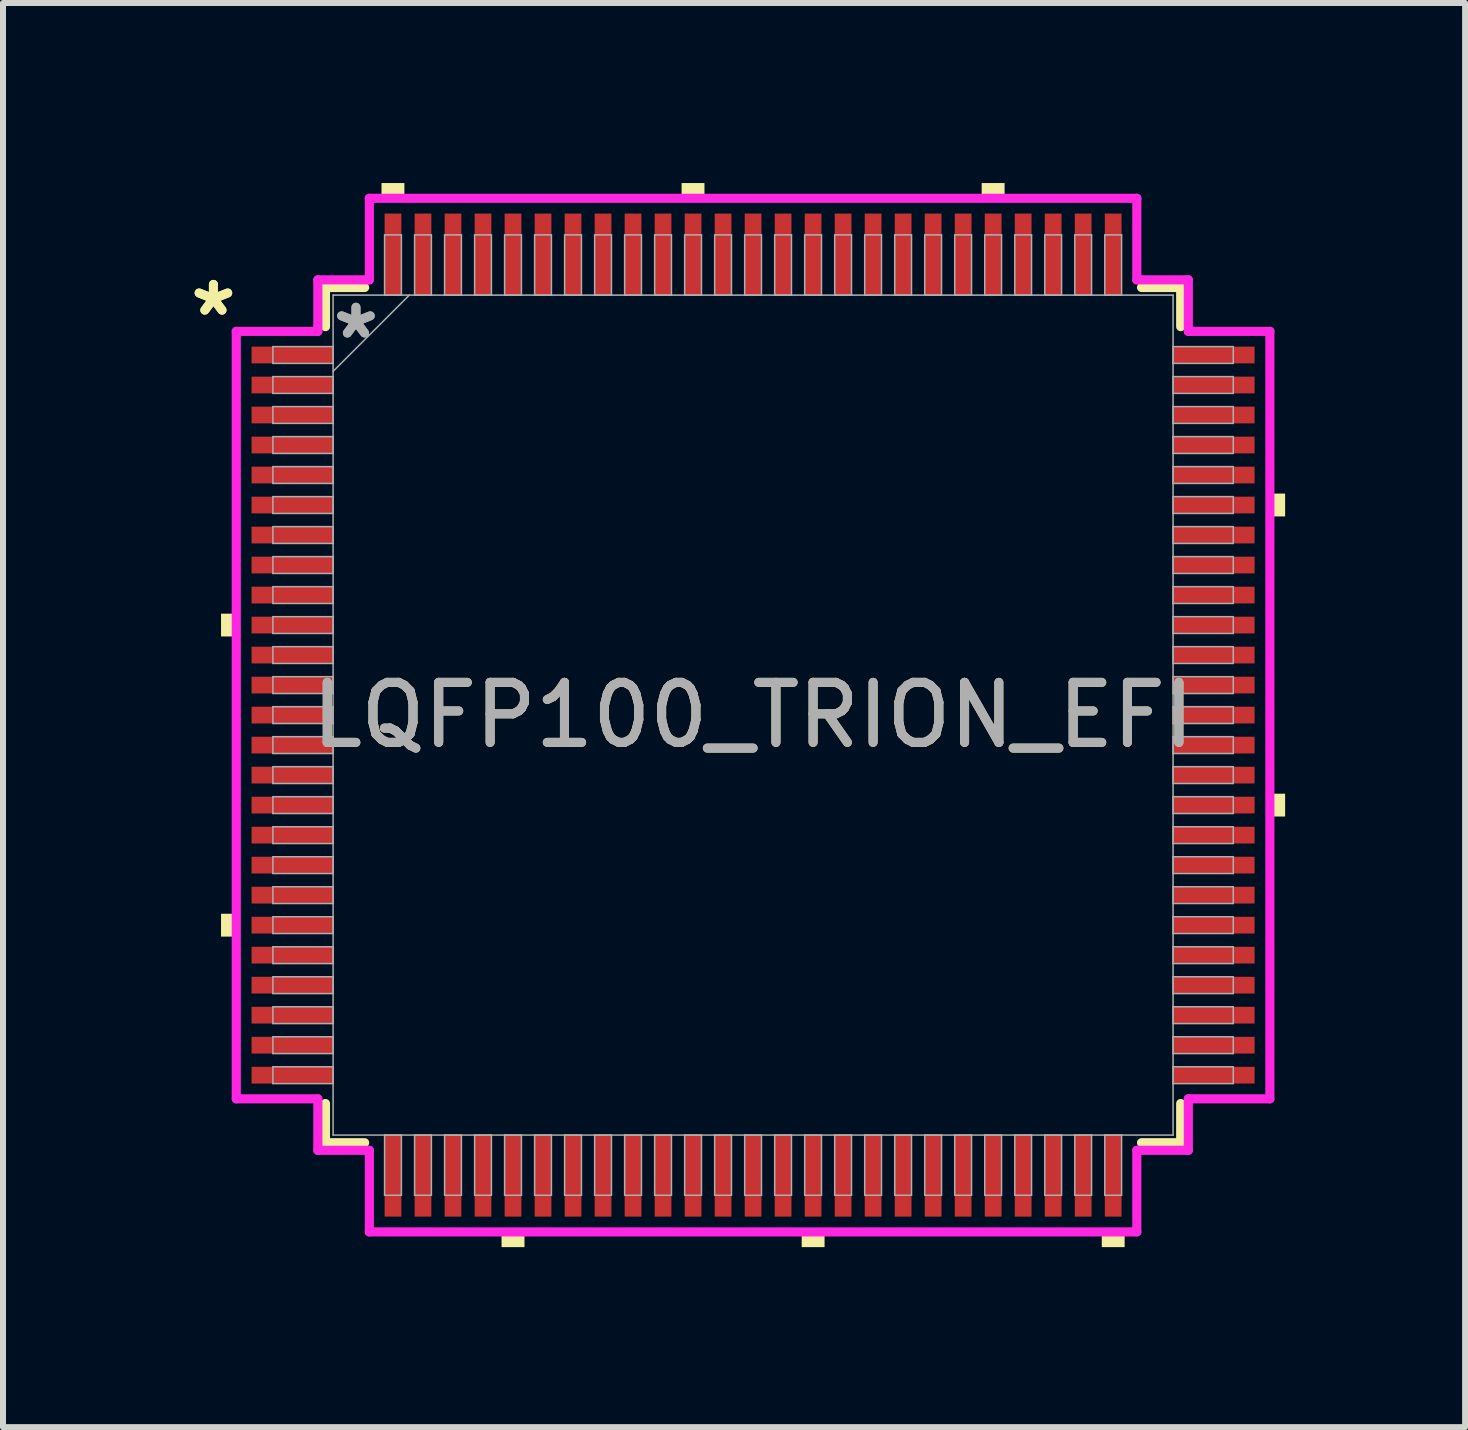
<source format=kicad_pcb>
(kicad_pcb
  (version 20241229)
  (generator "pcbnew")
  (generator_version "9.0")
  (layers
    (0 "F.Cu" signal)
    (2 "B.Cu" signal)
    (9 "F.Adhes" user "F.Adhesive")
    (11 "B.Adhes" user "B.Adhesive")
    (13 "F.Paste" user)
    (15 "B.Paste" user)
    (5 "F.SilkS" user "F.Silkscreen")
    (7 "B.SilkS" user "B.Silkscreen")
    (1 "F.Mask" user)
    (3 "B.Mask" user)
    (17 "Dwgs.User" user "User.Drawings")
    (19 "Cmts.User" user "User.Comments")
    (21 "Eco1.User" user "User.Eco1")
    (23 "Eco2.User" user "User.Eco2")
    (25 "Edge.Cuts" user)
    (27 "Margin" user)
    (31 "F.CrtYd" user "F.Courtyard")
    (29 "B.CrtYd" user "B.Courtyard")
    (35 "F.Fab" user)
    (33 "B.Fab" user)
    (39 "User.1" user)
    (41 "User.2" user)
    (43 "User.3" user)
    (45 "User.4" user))
  (footprint "LQFP100_TRION_EFI"
    (layer "F.Cu")
    (at 9.498 8.865)
    (property "Reference" "LQFP100_TRION_EFI" (at 0 0 0) (unlocked yes) (layer "F.SilkS") (effects (font (size 1 1) (thickness 0.15))))
    (attr smd)
    (fp_line (start -7.125 -7.125) (end -7.125 -6.472) (stroke (width 0.152) (type solid)) (layer "F.SilkS"))
    (fp_line (start -7.125 6.472) (end -7.125 7.125) (stroke (width 0.152) (type solid)) (layer "F.SilkS"))
    (fp_line (start -7.125 7.125) (end -6.472 7.125) (stroke (width 0.152) (type solid)) (layer "F.SilkS"))
    (fp_line (start -6.472 -7.125) (end -7.125 -7.125) (stroke (width 0.152) (type solid)) (layer "F.SilkS"))
    (fp_line (start 6.472 7.125) (end 7.125 7.125) (stroke (width 0.152) (type solid)) (layer "F.SilkS"))
    (fp_line (start 7.125 -7.125) (end 6.472 -7.125) (stroke (width 0.152) (type solid)) (layer "F.SilkS"))
    (fp_line (start 7.125 -6.472) (end 7.125 -7.125) (stroke (width 0.152) (type solid)) (layer "F.SilkS"))
    (fp_line (start 7.125 7.125) (end 7.125 6.472) (stroke (width 0.152) (type solid)) (layer "F.SilkS"))
    (fp_poly (pts (xy -8.865 -1.69) (xy -8.865 -1.31) (xy -8.611 -1.31) (xy -8.611 -1.69)) (stroke (width 0) (type solid)) (fill yes) (layer "F.SilkS"))
    (fp_poly (pts (xy -8.865 3.31) (xy -8.865 3.691) (xy -8.611 3.691) (xy -8.611 3.31)) (stroke (width 0) (type solid)) (fill yes) (layer "F.SilkS"))
    (fp_poly (pts (xy -6.191 -8.611) (xy -6.191 -8.865) (xy -5.81 -8.865) (xy -5.81 -8.611)) (stroke (width 0) (type solid)) (fill yes) (layer "F.SilkS"))
    (fp_poly (pts (xy -4.191 8.611) (xy -4.191 8.865) (xy -3.809 8.865) (xy -3.809 8.611)) (stroke (width 0) (type solid)) (fill yes) (layer "F.SilkS"))
    (fp_poly (pts (xy -1.191 -8.611) (xy -1.191 -8.865) (xy -0.81 -8.865) (xy -0.81 -8.611)) (stroke (width 0) (type solid)) (fill yes) (layer "F.SilkS"))
    (fp_poly (pts (xy 0.81 8.611) (xy 0.81 8.865) (xy 1.191 8.865) (xy 1.191 8.611)) (stroke (width 0) (type solid)) (fill yes) (layer "F.SilkS"))
    (fp_poly (pts (xy 3.809 -8.611) (xy 3.809 -8.865) (xy 4.191 -8.865) (xy 4.191 -8.611)) (stroke (width 0) (type solid)) (fill yes) (layer "F.SilkS"))
    (fp_poly (pts (xy 5.81 8.611) (xy 5.81 8.865) (xy 6.191 8.865) (xy 6.191 8.611)) (stroke (width 0) (type solid)) (fill yes) (layer "F.SilkS"))
    (fp_poly (pts (xy 8.865 -3.691) (xy 8.865 -3.31) (xy 8.611 -3.31) (xy 8.611 -3.691)) (stroke (width 0) (type solid)) (fill yes) (layer "F.SilkS"))
    (fp_poly (pts (xy 8.865 1.31) (xy 8.865 1.69) (xy 8.611 1.69) (xy 8.611 1.31)) (stroke (width 0) (type solid)) (fill yes) (layer "F.SilkS"))
    (fp_line (start -8.611 -6.394) (end -7.252 -6.394) (stroke (width 0.152) (type solid)) (layer "F.CrtYd"))
    (fp_line (start -8.611 6.394) (end -8.611 -6.394) (stroke (width 0.152) (type solid)) (layer "F.CrtYd"))
    (fp_line (start -7.252 -7.252) (end -6.394 -7.252) (stroke (width 0.152) (type solid)) (layer "F.CrtYd"))
    (fp_line (start -7.252 -6.394) (end -7.252 -7.252) (stroke (width 0.152) (type solid)) (layer "F.CrtYd"))
    (fp_line (start -7.252 6.394) (end -8.611 6.394) (stroke (width 0.152) (type solid)) (layer "F.CrtYd"))
    (fp_line (start -7.252 7.252) (end -7.252 6.394) (stroke (width 0.152) (type solid)) (layer "F.CrtYd"))
    (fp_line (start -7.252 7.252) (end -6.394 7.252) (stroke (width 0.152) (type solid)) (layer "F.CrtYd"))
    (fp_line (start -6.394 -8.611) (end 6.394 -8.611) (stroke (width 0.152) (type solid)) (layer "F.CrtYd"))
    (fp_line (start -6.394 -7.252) (end -6.394 -8.611) (stroke (width 0.152) (type solid)) (layer "F.CrtYd"))
    (fp_line (start -6.394 7.252) (end -6.394 8.611) (stroke (width 0.152) (type solid)) (layer "F.CrtYd"))
    (fp_line (start -6.394 8.611) (end 6.394 8.611) (stroke (width 0.152) (type solid)) (layer "F.CrtYd"))
    (fp_line (start 6.394 -8.611) (end 6.394 -7.252) (stroke (width 0.152) (type solid)) (layer "F.CrtYd"))
    (fp_line (start 6.394 -7.252) (end 7.252 -7.252) (stroke (width 0.152) (type solid)) (layer "F.CrtYd"))
    (fp_line (start 6.394 7.252) (end 7.252 7.252) (stroke (width 0.152) (type solid)) (layer "F.CrtYd"))
    (fp_line (start 6.394 8.611) (end 6.394 7.252) (stroke (width 0.152) (type solid)) (layer "F.CrtYd"))
    (fp_line (start 7.252 -6.394) (end 7.252 -7.252) (stroke (width 0.152) (type solid)) (layer "F.CrtYd"))
    (fp_line (start 7.252 6.394) (end 8.611 6.394) (stroke (width 0.152) (type solid)) (layer "F.CrtYd"))
    (fp_line (start 7.252 7.252) (end 7.252 6.394) (stroke (width 0.152) (type solid)) (layer "F.CrtYd"))
    (fp_line (start 8.611 -6.394) (end 7.252 -6.394) (stroke (width 0.152) (type solid)) (layer "F.CrtYd"))
    (fp_line (start 8.611 6.394) (end 8.611 -6.394) (stroke (width 0.152) (type solid)) (layer "F.CrtYd"))
    (fp_line (start -8.001 -6.14) (end -8.001 -5.86) (stroke (width 0.025) (type solid)) (layer "F.Fab"))
    (fp_line (start -8.001 -5.86) (end -6.998 -5.86) (stroke (width 0.025) (type solid)) (layer "F.Fab"))
    (fp_line (start -8.001 -5.64) (end -8.001 -5.36) (stroke (width 0.025) (type solid)) (layer "F.Fab"))
    (fp_line (start -8.001 -5.36) (end -6.998 -5.36) (stroke (width 0.025) (type solid)) (layer "F.Fab"))
    (fp_line (start -8.001 -5.14) (end -8.001 -4.86) (stroke (width 0.025) (type solid)) (layer "F.Fab"))
    (fp_line (start -8.001 -4.86) (end -6.998 -4.86) (stroke (width 0.025) (type solid)) (layer "F.Fab"))
    (fp_line (start -8.001 -4.64) (end -8.001 -4.36) (stroke (width 0.025) (type solid)) (layer "F.Fab"))
    (fp_line (start -8.001 -4.36) (end -6.998 -4.36) (stroke (width 0.025) (type solid)) (layer "F.Fab"))
    (fp_line (start -8.001 -4.14) (end -8.001 -3.86) (stroke (width 0.025) (type solid)) (layer "F.Fab"))
    (fp_line (start -8.001 -3.86) (end -6.998 -3.86) (stroke (width 0.025) (type solid)) (layer "F.Fab"))
    (fp_line (start -8.001 -3.64) (end -8.001 -3.36) (stroke (width 0.025) (type solid)) (layer "F.Fab"))
    (fp_line (start -8.001 -3.36) (end -6.998 -3.36) (stroke (width 0.025) (type solid)) (layer "F.Fab"))
    (fp_line (start -8.001 -3.14) (end -8.001 -2.86) (stroke (width 0.025) (type solid)) (layer "F.Fab"))
    (fp_line (start -8.001 -2.86) (end -6.998 -2.86) (stroke (width 0.025) (type solid)) (layer "F.Fab"))
    (fp_line (start -8.001 -2.64) (end -8.001 -2.36) (stroke (width 0.025) (type solid)) (layer "F.Fab"))
    (fp_line (start -8.001 -2.36) (end -6.998 -2.36) (stroke (width 0.025) (type solid)) (layer "F.Fab"))
    (fp_line (start -8.001 -2.14) (end -8.001 -1.86) (stroke (width 0.025) (type solid)) (layer "F.Fab"))
    (fp_line (start -8.001 -1.86) (end -6.998 -1.86) (stroke (width 0.025) (type solid)) (layer "F.Fab"))
    (fp_line (start -8.001 -1.64) (end -8.001 -1.36) (stroke (width 0.025) (type solid)) (layer "F.Fab"))
    (fp_line (start -8.001 -1.36) (end -6.998 -1.36) (stroke (width 0.025) (type solid)) (layer "F.Fab"))
    (fp_line (start -8.001 -1.14) (end -8.001 -0.86) (stroke (width 0.025) (type solid)) (layer "F.Fab"))
    (fp_line (start -8.001 -0.86) (end -6.998 -0.86) (stroke (width 0.025) (type solid)) (layer "F.Fab"))
    (fp_line (start -8.001 -0.64) (end -8.001 -0.36) (stroke (width 0.025) (type solid)) (layer "F.Fab"))
    (fp_line (start -8.001 -0.36) (end -6.998 -0.36) (stroke (width 0.025) (type solid)) (layer "F.Fab"))
    (fp_line (start -8.001 -0.14) (end -8.001 0.14) (stroke (width 0.025) (type solid)) (layer "F.Fab"))
    (fp_line (start -8.001 0.14) (end -6.998 0.14) (stroke (width 0.025) (type solid)) (layer "F.Fab"))
    (fp_line (start -8.001 0.36) (end -8.001 0.64) (stroke (width 0.025) (type solid)) (layer "F.Fab"))
    (fp_line (start -8.001 0.64) (end -6.998 0.64) (stroke (width 0.025) (type solid)) (layer "F.Fab"))
    (fp_line (start -8.001 0.86) (end -8.001 1.14) (stroke (width 0.025) (type solid)) (layer "F.Fab"))
    (fp_line (start -8.001 1.14) (end -6.998 1.14) (stroke (width 0.025) (type solid)) (layer "F.Fab"))
    (fp_line (start -8.001 1.36) (end -8.001 1.64) (stroke (width 0.025) (type solid)) (layer "F.Fab"))
    (fp_line (start -8.001 1.64) (end -6.998 1.64) (stroke (width 0.025) (type solid)) (layer "F.Fab"))
    (fp_line (start -8.001 1.86) (end -8.001 2.14) (stroke (width 0.025) (type solid)) (layer "F.Fab"))
    (fp_line (start -8.001 2.14) (end -6.998 2.14) (stroke (width 0.025) (type solid)) (layer "F.Fab"))
    (fp_line (start -8.001 2.36) (end -8.001 2.64) (stroke (width 0.025) (type solid)) (layer "F.Fab"))
    (fp_line (start -8.001 2.64) (end -6.998 2.64) (stroke (width 0.025) (type solid)) (layer "F.Fab"))
    (fp_line (start -8.001 2.86) (end -8.001 3.14) (stroke (width 0.025) (type solid)) (layer "F.Fab"))
    (fp_line (start -8.001 3.14) (end -6.998 3.14) (stroke (width 0.025) (type solid)) (layer "F.Fab"))
    (fp_line (start -8.001 3.36) (end -8.001 3.64) (stroke (width 0.025) (type solid)) (layer "F.Fab"))
    (fp_line (start -8.001 3.64) (end -6.998 3.64) (stroke (width 0.025) (type solid)) (layer "F.Fab"))
    (fp_line (start -8.001 3.86) (end -8.001 4.14) (stroke (width 0.025) (type solid)) (layer "F.Fab"))
    (fp_line (start -8.001 4.14) (end -6.998 4.14) (stroke (width 0.025) (type solid)) (layer "F.Fab"))
    (fp_line (start -8.001 4.36) (end -8.001 4.64) (stroke (width 0.025) (type solid)) (layer "F.Fab"))
    (fp_line (start -8.001 4.64) (end -6.998 4.64) (stroke (width 0.025) (type solid)) (layer "F.Fab"))
    (fp_line (start -8.001 4.86) (end -8.001 5.14) (stroke (width 0.025) (type solid)) (layer "F.Fab"))
    (fp_line (start -8.001 5.14) (end -6.998 5.14) (stroke (width 0.025) (type solid)) (layer "F.Fab"))
    (fp_line (start -8.001 5.36) (end -8.001 5.64) (stroke (width 0.025) (type solid)) (layer "F.Fab"))
    (fp_line (start -8.001 5.64) (end -6.998 5.64) (stroke (width 0.025) (type solid)) (layer "F.Fab"))
    (fp_line (start -8.001 5.86) (end -8.001 6.14) (stroke (width 0.025) (type solid)) (layer "F.Fab"))
    (fp_line (start -8.001 6.14) (end -6.998 6.14) (stroke (width 0.025) (type solid)) (layer "F.Fab"))
    (fp_line (start -6.998 -6.998) (end -6.998 6.998) (stroke (width 0.025) (type solid)) (layer "F.Fab"))
    (fp_line (start -6.998 -6.14) (end -8.001 -6.14) (stroke (width 0.025) (type solid)) (layer "F.Fab"))
    (fp_line (start -6.998 -5.86) (end -6.998 -6.14) (stroke (width 0.025) (type solid)) (layer "F.Fab"))
    (fp_line (start -6.998 -5.728) (end -5.728 -6.998) (stroke (width 0.025) (type solid)) (layer "F.Fab"))
    (fp_line (start -6.998 -5.64) (end -8.001 -5.64) (stroke (width 0.025) (type solid)) (layer "F.Fab"))
    (fp_line (start -6.998 -5.36) (end -6.998 -5.64) (stroke (width 0.025) (type solid)) (layer "F.Fab"))
    (fp_line (start -6.998 -5.14) (end -8.001 -5.14) (stroke (width 0.025) (type solid)) (layer "F.Fab"))
    (fp_line (start -6.998 -4.86) (end -6.998 -5.14) (stroke (width 0.025) (type solid)) (layer "F.Fab"))
    (fp_line (start -6.998 -4.64) (end -8.001 -4.64) (stroke (width 0.025) (type solid)) (layer "F.Fab"))
    (fp_line (start -6.998 -4.36) (end -6.998 -4.64) (stroke (width 0.025) (type solid)) (layer "F.Fab"))
    (fp_line (start -6.998 -4.14) (end -8.001 -4.14) (stroke (width 0.025) (type solid)) (layer "F.Fab"))
    (fp_line (start -6.998 -3.86) (end -6.998 -4.14) (stroke (width 0.025) (type solid)) (layer "F.Fab"))
    (fp_line (start -6.998 -3.64) (end -8.001 -3.64) (stroke (width 0.025) (type solid)) (layer "F.Fab"))
    (fp_line (start -6.998 -3.36) (end -6.998 -3.64) (stroke (width 0.025) (type solid)) (layer "F.Fab"))
    (fp_line (start -6.998 -3.14) (end -8.001 -3.14) (stroke (width 0.025) (type solid)) (layer "F.Fab"))
    (fp_line (start -6.998 -2.86) (end -6.998 -3.14) (stroke (width 0.025) (type solid)) (layer "F.Fab"))
    (fp_line (start -6.998 -2.64) (end -8.001 -2.64) (stroke (width 0.025) (type solid)) (layer "F.Fab"))
    (fp_line (start -6.998 -2.36) (end -6.998 -2.64) (stroke (width 0.025) (type solid)) (layer "F.Fab"))
    (fp_line (start -6.998 -2.14) (end -8.001 -2.14) (stroke (width 0.025) (type solid)) (layer "F.Fab"))
    (fp_line (start -6.998 -1.86) (end -6.998 -2.14) (stroke (width 0.025) (type solid)) (layer "F.Fab"))
    (fp_line (start -6.998 -1.64) (end -8.001 -1.64) (stroke (width 0.025) (type solid)) (layer "F.Fab"))
    (fp_line (start -6.998 -1.36) (end -6.998 -1.64) (stroke (width 0.025) (type solid)) (layer "F.Fab"))
    (fp_line (start -6.998 -1.14) (end -8.001 -1.14) (stroke (width 0.025) (type solid)) (layer "F.Fab"))
    (fp_line (start -6.998 -0.86) (end -6.998 -1.14) (stroke (width 0.025) (type solid)) (layer "F.Fab"))
    (fp_line (start -6.998 -0.64) (end -8.001 -0.64) (stroke (width 0.025) (type solid)) (layer "F.Fab"))
    (fp_line (start -6.998 -0.36) (end -6.998 -0.64) (stroke (width 0.025) (type solid)) (layer "F.Fab"))
    (fp_line (start -6.998 -0.14) (end -8.001 -0.14) (stroke (width 0.025) (type solid)) (layer "F.Fab"))
    (fp_line (start -6.998 0.14) (end -6.998 -0.14) (stroke (width 0.025) (type solid)) (layer "F.Fab"))
    (fp_line (start -6.998 0.36) (end -8.001 0.36) (stroke (width 0.025) (type solid)) (layer "F.Fab"))
    (fp_line (start -6.998 0.64) (end -6.998 0.36) (stroke (width 0.025) (type solid)) (layer "F.Fab"))
    (fp_line (start -6.998 0.86) (end -8.001 0.86) (stroke (width 0.025) (type solid)) (layer "F.Fab"))
    (fp_line (start -6.998 1.14) (end -6.998 0.86) (stroke (width 0.025) (type solid)) (layer "F.Fab"))
    (fp_line (start -6.998 1.36) (end -8.001 1.36) (stroke (width 0.025) (type solid)) (layer "F.Fab"))
    (fp_line (start -6.998 1.64) (end -6.998 1.36) (stroke (width 0.025) (type solid)) (layer "F.Fab"))
    (fp_line (start -6.998 1.86) (end -8.001 1.86) (stroke (width 0.025) (type solid)) (layer "F.Fab"))
    (fp_line (start -6.998 2.14) (end -6.998 1.86) (stroke (width 0.025) (type solid)) (layer "F.Fab"))
    (fp_line (start -6.998 2.36) (end -8.001 2.36) (stroke (width 0.025) (type solid)) (layer "F.Fab"))
    (fp_line (start -6.998 2.64) (end -6.998 2.36) (stroke (width 0.025) (type solid)) (layer "F.Fab"))
    (fp_line (start -6.998 2.86) (end -8.001 2.86) (stroke (width 0.025) (type solid)) (layer "F.Fab"))
    (fp_line (start -6.998 3.14) (end -6.998 2.86) (stroke (width 0.025) (type solid)) (layer "F.Fab"))
    (fp_line (start -6.998 3.36) (end -8.001 3.36) (stroke (width 0.025) (type solid)) (layer "F.Fab"))
    (fp_line (start -6.998 3.64) (end -6.998 3.36) (stroke (width 0.025) (type solid)) (layer "F.Fab"))
    (fp_line (start -6.998 3.86) (end -8.001 3.86) (stroke (width 0.025) (type solid)) (layer "F.Fab"))
    (fp_line (start -6.998 4.14) (end -6.998 3.86) (stroke (width 0.025) (type solid)) (layer "F.Fab"))
    (fp_line (start -6.998 4.36) (end -8.001 4.36) (stroke (width 0.025) (type solid)) (layer "F.Fab"))
    (fp_line (start -6.998 4.64) (end -6.998 4.36) (stroke (width 0.025) (type solid)) (layer "F.Fab"))
    (fp_line (start -6.998 4.86) (end -8.001 4.86) (stroke (width 0.025) (type solid)) (layer "F.Fab"))
    (fp_line (start -6.998 5.14) (end -6.998 4.86) (stroke (width 0.025) (type solid)) (layer "F.Fab"))
    (fp_line (start -6.998 5.36) (end -8.001 5.36) (stroke (width 0.025) (type solid)) (layer "F.Fab"))
    (fp_line (start -6.998 5.64) (end -6.998 5.36) (stroke (width 0.025) (type solid)) (layer "F.Fab"))
    (fp_line (start -6.998 5.86) (end -8.001 5.86) (stroke (width 0.025) (type solid)) (layer "F.Fab"))
    (fp_line (start -6.998 6.14) (end -6.998 5.86) (stroke (width 0.025) (type solid)) (layer "F.Fab"))
    (fp_line (start -6.998 6.998) (end 6.998 6.998) (stroke (width 0.025) (type solid)) (layer "F.Fab"))
    (fp_line (start -6.14 -8.001) (end -6.14 -6.998) (stroke (width 0.025) (type solid)) (layer "F.Fab"))
    (fp_line (start -6.14 -6.998) (end -5.86 -6.998) (stroke (width 0.025) (type solid)) (layer "F.Fab"))
    (fp_line (start -6.14 6.998) (end -6.14 8.001) (stroke (width 0.025) (type solid)) (layer "F.Fab"))
    (fp_line (start -6.14 8.001) (end -5.86 8.001) (stroke (width 0.025) (type solid)) (layer "F.Fab"))
    (fp_line (start -5.86 -8.001) (end -6.14 -8.001) (stroke (width 0.025) (type solid)) (layer "F.Fab"))
    (fp_line (start -5.86 -6.998) (end -5.86 -8.001) (stroke (width 0.025) (type solid)) (layer "F.Fab"))
    (fp_line (start -5.86 6.998) (end -6.14 6.998) (stroke (width 0.025) (type solid)) (layer "F.Fab"))
    (fp_line (start -5.86 8.001) (end -5.86 6.998) (stroke (width 0.025) (type solid)) (layer "F.Fab"))
    (fp_line (start -5.64 -8.001) (end -5.64 -6.998) (stroke (width 0.025) (type solid)) (layer "F.Fab"))
    (fp_line (start -5.64 -6.998) (end -5.36 -6.998) (stroke (width 0.025) (type solid)) (layer "F.Fab"))
    (fp_line (start -5.64 6.998) (end -5.64 8.001) (stroke (width 0.025) (type solid)) (layer "F.Fab"))
    (fp_line (start -5.64 8.001) (end -5.36 8.001) (stroke (width 0.025) (type solid)) (layer "F.Fab"))
    (fp_line (start -5.36 -8.001) (end -5.64 -8.001) (stroke (width 0.025) (type solid)) (layer "F.Fab"))
    (fp_line (start -5.36 -6.998) (end -5.36 -8.001) (stroke (width 0.025) (type solid)) (layer "F.Fab"))
    (fp_line (start -5.36 6.998) (end -5.64 6.998) (stroke (width 0.025) (type solid)) (layer "F.Fab"))
    (fp_line (start -5.36 8.001) (end -5.36 6.998) (stroke (width 0.025) (type solid)) (layer "F.Fab"))
    (fp_line (start -5.14 -8.001) (end -5.14 -6.998) (stroke (width 0.025) (type solid)) (layer "F.Fab"))
    (fp_line (start -5.14 -6.998) (end -4.86 -6.998) (stroke (width 0.025) (type solid)) (layer "F.Fab"))
    (fp_line (start -5.14 6.998) (end -5.14 8.001) (stroke (width 0.025) (type solid)) (layer "F.Fab"))
    (fp_line (start -5.14 8.001) (end -4.86 8.001) (stroke (width 0.025) (type solid)) (layer "F.Fab"))
    (fp_line (start -4.86 -8.001) (end -5.14 -8.001) (stroke (width 0.025) (type solid)) (layer "F.Fab"))
    (fp_line (start -4.86 -6.998) (end -4.86 -8.001) (stroke (width 0.025) (type solid)) (layer "F.Fab"))
    (fp_line (start -4.86 6.998) (end -5.14 6.998) (stroke (width 0.025) (type solid)) (layer "F.Fab"))
    (fp_line (start -4.86 8.001) (end -4.86 6.998) (stroke (width 0.025) (type solid)) (layer "F.Fab"))
    (fp_line (start -4.64 -8.001) (end -4.64 -6.998) (stroke (width 0.025) (type solid)) (layer "F.Fab"))
    (fp_line (start -4.64 -6.998) (end -4.36 -6.998) (stroke (width 0.025) (type solid)) (layer "F.Fab"))
    (fp_line (start -4.64 6.998) (end -4.64 8.001) (stroke (width 0.025) (type solid)) (layer "F.Fab"))
    (fp_line (start -4.64 8.001) (end -4.36 8.001) (stroke (width 0.025) (type solid)) (layer "F.Fab"))
    (fp_line (start -4.36 -8.001) (end -4.64 -8.001) (stroke (width 0.025) (type solid)) (layer "F.Fab"))
    (fp_line (start -4.36 -6.998) (end -4.36 -8.001) (stroke (width 0.025) (type solid)) (layer "F.Fab"))
    (fp_line (start -4.36 6.998) (end -4.64 6.998) (stroke (width 0.025) (type solid)) (layer "F.Fab"))
    (fp_line (start -4.36 8.001) (end -4.36 6.998) (stroke (width 0.025) (type solid)) (layer "F.Fab"))
    (fp_line (start -4.14 -8.001) (end -4.14 -6.998) (stroke (width 0.025) (type solid)) (layer "F.Fab"))
    (fp_line (start -4.14 -6.998) (end -3.86 -6.998) (stroke (width 0.025) (type solid)) (layer "F.Fab"))
    (fp_line (start -4.14 6.998) (end -4.14 8.001) (stroke (width 0.025) (type solid)) (layer "F.Fab"))
    (fp_line (start -4.14 8.001) (end -3.86 8.001) (stroke (width 0.025) (type solid)) (layer "F.Fab"))
    (fp_line (start -3.86 -8.001) (end -4.14 -8.001) (stroke (width 0.025) (type solid)) (layer "F.Fab"))
    (fp_line (start -3.86 -6.998) (end -3.86 -8.001) (stroke (width 0.025) (type solid)) (layer "F.Fab"))
    (fp_line (start -3.86 6.998) (end -4.14 6.998) (stroke (width 0.025) (type solid)) (layer "F.Fab"))
    (fp_line (start -3.86 8.001) (end -3.86 6.998) (stroke (width 0.025) (type solid)) (layer "F.Fab"))
    (fp_line (start -3.64 -8.001) (end -3.64 -6.998) (stroke (width 0.025) (type solid)) (layer "F.Fab"))
    (fp_line (start -3.64 -6.998) (end -3.36 -6.998) (stroke (width 0.025) (type solid)) (layer "F.Fab"))
    (fp_line (start -3.64 6.998) (end -3.64 8.001) (stroke (width 0.025) (type solid)) (layer "F.Fab"))
    (fp_line (start -3.64 8.001) (end -3.36 8.001) (stroke (width 0.025) (type solid)) (layer "F.Fab"))
    (fp_line (start -3.36 -8.001) (end -3.64 -8.001) (stroke (width 0.025) (type solid)) (layer "F.Fab"))
    (fp_line (start -3.36 -6.998) (end -3.36 -8.001) (stroke (width 0.025) (type solid)) (layer "F.Fab"))
    (fp_line (start -3.36 6.998) (end -3.64 6.998) (stroke (width 0.025) (type solid)) (layer "F.Fab"))
    (fp_line (start -3.36 8.001) (end -3.36 6.998) (stroke (width 0.025) (type solid)) (layer "F.Fab"))
    (fp_line (start -3.14 -8.001) (end -3.14 -6.998) (stroke (width 0.025) (type solid)) (layer "F.Fab"))
    (fp_line (start -3.14 -6.998) (end -2.86 -6.998) (stroke (width 0.025) (type solid)) (layer "F.Fab"))
    (fp_line (start -3.14 6.998) (end -3.14 8.001) (stroke (width 0.025) (type solid)) (layer "F.Fab"))
    (fp_line (start -3.14 8.001) (end -2.86 8.001) (stroke (width 0.025) (type solid)) (layer "F.Fab"))
    (fp_line (start -2.86 -8.001) (end -3.14 -8.001) (stroke (width 0.025) (type solid)) (layer "F.Fab"))
    (fp_line (start -2.86 -6.998) (end -2.86 -8.001) (stroke (width 0.025) (type solid)) (layer "F.Fab"))
    (fp_line (start -2.86 6.998) (end -3.14 6.998) (stroke (width 0.025) (type solid)) (layer "F.Fab"))
    (fp_line (start -2.86 8.001) (end -2.86 6.998) (stroke (width 0.025) (type solid)) (layer "F.Fab"))
    (fp_line (start -2.64 -8.001) (end -2.64 -6.998) (stroke (width 0.025) (type solid)) (layer "F.Fab"))
    (fp_line (start -2.64 -6.998) (end -2.36 -6.998) (stroke (width 0.025) (type solid)) (layer "F.Fab"))
    (fp_line (start -2.64 6.998) (end -2.64 8.001) (stroke (width 0.025) (type solid)) (layer "F.Fab"))
    (fp_line (start -2.64 8.001) (end -2.36 8.001) (stroke (width 0.025) (type solid)) (layer "F.Fab"))
    (fp_line (start -2.36 -8.001) (end -2.64 -8.001) (stroke (width 0.025) (type solid)) (layer "F.Fab"))
    (fp_line (start -2.36 -6.998) (end -2.36 -8.001) (stroke (width 0.025) (type solid)) (layer "F.Fab"))
    (fp_line (start -2.36 6.998) (end -2.64 6.998) (stroke (width 0.025) (type solid)) (layer "F.Fab"))
    (fp_line (start -2.36 8.001) (end -2.36 6.998) (stroke (width 0.025) (type solid)) (layer "F.Fab"))
    (fp_line (start -2.14 -8.001) (end -2.14 -6.998) (stroke (width 0.025) (type solid)) (layer "F.Fab"))
    (fp_line (start -2.14 -6.998) (end -1.86 -6.998) (stroke (width 0.025) (type solid)) (layer "F.Fab"))
    (fp_line (start -2.14 6.998) (end -2.14 8.001) (stroke (width 0.025) (type solid)) (layer "F.Fab"))
    (fp_line (start -2.14 8.001) (end -1.86 8.001) (stroke (width 0.025) (type solid)) (layer "F.Fab"))
    (fp_line (start -1.86 -8.001) (end -2.14 -8.001) (stroke (width 0.025) (type solid)) (layer "F.Fab"))
    (fp_line (start -1.86 -6.998) (end -1.86 -8.001) (stroke (width 0.025) (type solid)) (layer "F.Fab"))
    (fp_line (start -1.86 6.998) (end -2.14 6.998) (stroke (width 0.025) (type solid)) (layer "F.Fab"))
    (fp_line (start -1.86 8.001) (end -1.86 6.998) (stroke (width 0.025) (type solid)) (layer "F.Fab"))
    (fp_line (start -1.64 -8.001) (end -1.64 -6.998) (stroke (width 0.025) (type solid)) (layer "F.Fab"))
    (fp_line (start -1.64 -6.998) (end -1.36 -6.998) (stroke (width 0.025) (type solid)) (layer "F.Fab"))
    (fp_line (start -1.64 6.998) (end -1.64 8.001) (stroke (width 0.025) (type solid)) (layer "F.Fab"))
    (fp_line (start -1.64 8.001) (end -1.36 8.001) (stroke (width 0.025) (type solid)) (layer "F.Fab"))
    (fp_line (start -1.36 -8.001) (end -1.64 -8.001) (stroke (width 0.025) (type solid)) (layer "F.Fab"))
    (fp_line (start -1.36 -6.998) (end -1.36 -8.001) (stroke (width 0.025) (type solid)) (layer "F.Fab"))
    (fp_line (start -1.36 6.998) (end -1.64 6.998) (stroke (width 0.025) (type solid)) (layer "F.Fab"))
    (fp_line (start -1.36 8.001) (end -1.36 6.998) (stroke (width 0.025) (type solid)) (layer "F.Fab"))
    (fp_line (start -1.14 -8.001) (end -1.14 -6.998) (stroke (width 0.025) (type solid)) (layer "F.Fab"))
    (fp_line (start -1.14 -6.998) (end -0.86 -6.998) (stroke (width 0.025) (type solid)) (layer "F.Fab"))
    (fp_line (start -1.14 6.998) (end -1.14 8.001) (stroke (width 0.025) (type solid)) (layer "F.Fab"))
    (fp_line (start -1.14 8.001) (end -0.86 8.001) (stroke (width 0.025) (type solid)) (layer "F.Fab"))
    (fp_line (start -0.86 -8.001) (end -1.14 -8.001) (stroke (width 0.025) (type solid)) (layer "F.Fab"))
    (fp_line (start -0.86 -6.998) (end -0.86 -8.001) (stroke (width 0.025) (type solid)) (layer "F.Fab"))
    (fp_line (start -0.86 6.998) (end -1.14 6.998) (stroke (width 0.025) (type solid)) (layer "F.Fab"))
    (fp_line (start -0.86 8.001) (end -0.86 6.998) (stroke (width 0.025) (type solid)) (layer "F.Fab"))
    (fp_line (start -0.64 -8.001) (end -0.64 -6.998) (stroke (width 0.025) (type solid)) (layer "F.Fab"))
    (fp_line (start -0.64 -6.998) (end -0.36 -6.998) (stroke (width 0.025) (type solid)) (layer "F.Fab"))
    (fp_line (start -0.64 6.998) (end -0.64 8.001) (stroke (width 0.025) (type solid)) (layer "F.Fab"))
    (fp_line (start -0.64 8.001) (end -0.36 8.001) (stroke (width 0.025) (type solid)) (layer "F.Fab"))
    (fp_line (start -0.36 -8.001) (end -0.64 -8.001) (stroke (width 0.025) (type solid)) (layer "F.Fab"))
    (fp_line (start -0.36 -6.998) (end -0.36 -8.001) (stroke (width 0.025) (type solid)) (layer "F.Fab"))
    (fp_line (start -0.36 6.998) (end -0.64 6.998) (stroke (width 0.025) (type solid)) (layer "F.Fab"))
    (fp_line (start -0.36 8.001) (end -0.36 6.998) (stroke (width 0.025) (type solid)) (layer "F.Fab"))
    (fp_line (start -0.14 -8.001) (end -0.14 -6.998) (stroke (width 0.025) (type solid)) (layer "F.Fab"))
    (fp_line (start -0.14 -6.998) (end 0.14 -6.998) (stroke (width 0.025) (type solid)) (layer "F.Fab"))
    (fp_line (start -0.14 6.998) (end -0.14 8.001) (stroke (width 0.025) (type solid)) (layer "F.Fab"))
    (fp_line (start -0.14 8.001) (end 0.14 8.001) (stroke (width 0.025) (type solid)) (layer "F.Fab"))
    (fp_line (start 0.14 -8.001) (end -0.14 -8.001) (stroke (width 0.025) (type solid)) (layer "F.Fab"))
    (fp_line (start 0.14 -6.998) (end 0.14 -8.001) (stroke (width 0.025) (type solid)) (layer "F.Fab"))
    (fp_line (start 0.14 6.998) (end -0.14 6.998) (stroke (width 0.025) (type solid)) (layer "F.Fab"))
    (fp_line (start 0.14 8.001) (end 0.14 6.998) (stroke (width 0.025) (type solid)) (layer "F.Fab"))
    (fp_line (start 0.36 -8.001) (end 0.36 -6.998) (stroke (width 0.025) (type solid)) (layer "F.Fab"))
    (fp_line (start 0.36 -6.998) (end 0.64 -6.998) (stroke (width 0.025) (type solid)) (layer "F.Fab"))
    (fp_line (start 0.36 6.998) (end 0.36 8.001) (stroke (width 0.025) (type solid)) (layer "F.Fab"))
    (fp_line (start 0.36 8.001) (end 0.64 8.001) (stroke (width 0.025) (type solid)) (layer "F.Fab"))
    (fp_line (start 0.64 -8.001) (end 0.36 -8.001) (stroke (width 0.025) (type solid)) (layer "F.Fab"))
    (fp_line (start 0.64 -6.998) (end 0.64 -8.001) (stroke (width 0.025) (type solid)) (layer "F.Fab"))
    (fp_line (start 0.64 6.998) (end 0.36 6.998) (stroke (width 0.025) (type solid)) (layer "F.Fab"))
    (fp_line (start 0.64 8.001) (end 0.64 6.998) (stroke (width 0.025) (type solid)) (layer "F.Fab"))
    (fp_line (start 0.86 -8.001) (end 0.86 -6.998) (stroke (width 0.025) (type solid)) (layer "F.Fab"))
    (fp_line (start 0.86 -6.998) (end 1.14 -6.998) (stroke (width 0.025) (type solid)) (layer "F.Fab"))
    (fp_line (start 0.86 6.998) (end 0.86 8.001) (stroke (width 0.025) (type solid)) (layer "F.Fab"))
    (fp_line (start 0.86 8.001) (end 1.14 8.001) (stroke (width 0.025) (type solid)) (layer "F.Fab"))
    (fp_line (start 1.14 -8.001) (end 0.86 -8.001) (stroke (width 0.025) (type solid)) (layer "F.Fab"))
    (fp_line (start 1.14 -6.998) (end 1.14 -8.001) (stroke (width 0.025) (type solid)) (layer "F.Fab"))
    (fp_line (start 1.14 6.998) (end 0.86 6.998) (stroke (width 0.025) (type solid)) (layer "F.Fab"))
    (fp_line (start 1.14 8.001) (end 1.14 6.998) (stroke (width 0.025) (type solid)) (layer "F.Fab"))
    (fp_line (start 1.36 -8.001) (end 1.36 -6.998) (stroke (width 0.025) (type solid)) (layer "F.Fab"))
    (fp_line (start 1.36 -6.998) (end 1.64 -6.998) (stroke (width 0.025) (type solid)) (layer "F.Fab"))
    (fp_line (start 1.36 6.998) (end 1.36 8.001) (stroke (width 0.025) (type solid)) (layer "F.Fab"))
    (fp_line (start 1.36 8.001) (end 1.64 8.001) (stroke (width 0.025) (type solid)) (layer "F.Fab"))
    (fp_line (start 1.64 -8.001) (end 1.36 -8.001) (stroke (width 0.025) (type solid)) (layer "F.Fab"))
    (fp_line (start 1.64 -6.998) (end 1.64 -8.001) (stroke (width 0.025) (type solid)) (layer "F.Fab"))
    (fp_line (start 1.64 6.998) (end 1.36 6.998) (stroke (width 0.025) (type solid)) (layer "F.Fab"))
    (fp_line (start 1.64 8.001) (end 1.64 6.998) (stroke (width 0.025) (type solid)) (layer "F.Fab"))
    (fp_line (start 1.86 -8.001) (end 1.86 -6.998) (stroke (width 0.025) (type solid)) (layer "F.Fab"))
    (fp_line (start 1.86 -6.998) (end 2.14 -6.998) (stroke (width 0.025) (type solid)) (layer "F.Fab"))
    (fp_line (start 1.86 6.998) (end 1.86 8.001) (stroke (width 0.025) (type solid)) (layer "F.Fab"))
    (fp_line (start 1.86 8.001) (end 2.14 8.001) (stroke (width 0.025) (type solid)) (layer "F.Fab"))
    (fp_line (start 2.14 -8.001) (end 1.86 -8.001) (stroke (width 0.025) (type solid)) (layer "F.Fab"))
    (fp_line (start 2.14 -6.998) (end 2.14 -8.001) (stroke (width 0.025) (type solid)) (layer "F.Fab"))
    (fp_line (start 2.14 6.998) (end 1.86 6.998) (stroke (width 0.025) (type solid)) (layer "F.Fab"))
    (fp_line (start 2.14 8.001) (end 2.14 6.998) (stroke (width 0.025) (type solid)) (layer "F.Fab"))
    (fp_line (start 2.36 -8.001) (end 2.36 -6.998) (stroke (width 0.025) (type solid)) (layer "F.Fab"))
    (fp_line (start 2.36 -6.998) (end 2.64 -6.998) (stroke (width 0.025) (type solid)) (layer "F.Fab"))
    (fp_line (start 2.36 6.998) (end 2.36 8.001) (stroke (width 0.025) (type solid)) (layer "F.Fab"))
    (fp_line (start 2.36 8.001) (end 2.64 8.001) (stroke (width 0.025) (type solid)) (layer "F.Fab"))
    (fp_line (start 2.64 -8.001) (end 2.36 -8.001) (stroke (width 0.025) (type solid)) (layer "F.Fab"))
    (fp_line (start 2.64 -6.998) (end 2.64 -8.001) (stroke (width 0.025) (type solid)) (layer "F.Fab"))
    (fp_line (start 2.64 6.998) (end 2.36 6.998) (stroke (width 0.025) (type solid)) (layer "F.Fab"))
    (fp_line (start 2.64 8.001) (end 2.64 6.998) (stroke (width 0.025) (type solid)) (layer "F.Fab"))
    (fp_line (start 2.86 -8.001) (end 2.86 -6.998) (stroke (width 0.025) (type solid)) (layer "F.Fab"))
    (fp_line (start 2.86 -6.998) (end 3.14 -6.998) (stroke (width 0.025) (type solid)) (layer "F.Fab"))
    (fp_line (start 2.86 6.998) (end 2.86 8.001) (stroke (width 0.025) (type solid)) (layer "F.Fab"))
    (fp_line (start 2.86 8.001) (end 3.14 8.001) (stroke (width 0.025) (type solid)) (layer "F.Fab"))
    (fp_line (start 3.14 -8.001) (end 2.86 -8.001) (stroke (width 0.025) (type solid)) (layer "F.Fab"))
    (fp_line (start 3.14 -6.998) (end 3.14 -8.001) (stroke (width 0.025) (type solid)) (layer "F.Fab"))
    (fp_line (start 3.14 6.998) (end 2.86 6.998) (stroke (width 0.025) (type solid)) (layer "F.Fab"))
    (fp_line (start 3.14 8.001) (end 3.14 6.998) (stroke (width 0.025) (type solid)) (layer "F.Fab"))
    (fp_line (start 3.36 -8.001) (end 3.36 -6.998) (stroke (width 0.025) (type solid)) (layer "F.Fab"))
    (fp_line (start 3.36 -6.998) (end 3.64 -6.998) (stroke (width 0.025) (type solid)) (layer "F.Fab"))
    (fp_line (start 3.36 6.998) (end 3.36 8.001) (stroke (width 0.025) (type solid)) (layer "F.Fab"))
    (fp_line (start 3.36 8.001) (end 3.64 8.001) (stroke (width 0.025) (type solid)) (layer "F.Fab"))
    (fp_line (start 3.64 -8.001) (end 3.36 -8.001) (stroke (width 0.025) (type solid)) (layer "F.Fab"))
    (fp_line (start 3.64 -6.998) (end 3.64 -8.001) (stroke (width 0.025) (type solid)) (layer "F.Fab"))
    (fp_line (start 3.64 6.998) (end 3.36 6.998) (stroke (width 0.025) (type solid)) (layer "F.Fab"))
    (fp_line (start 3.64 8.001) (end 3.64 6.998) (stroke (width 0.025) (type solid)) (layer "F.Fab"))
    (fp_line (start 3.86 -8.001) (end 3.86 -6.998) (stroke (width 0.025) (type solid)) (layer "F.Fab"))
    (fp_line (start 3.86 -6.998) (end 4.14 -6.998) (stroke (width 0.025) (type solid)) (layer "F.Fab"))
    (fp_line (start 3.86 6.998) (end 3.86 8.001) (stroke (width 0.025) (type solid)) (layer "F.Fab"))
    (fp_line (start 3.86 8.001) (end 4.14 8.001) (stroke (width 0.025) (type solid)) (layer "F.Fab"))
    (fp_line (start 4.14 -8.001) (end 3.86 -8.001) (stroke (width 0.025) (type solid)) (layer "F.Fab"))
    (fp_line (start 4.14 -6.998) (end 4.14 -8.001) (stroke (width 0.025) (type solid)) (layer "F.Fab"))
    (fp_line (start 4.14 6.998) (end 3.86 6.998) (stroke (width 0.025) (type solid)) (layer "F.Fab"))
    (fp_line (start 4.14 8.001) (end 4.14 6.998) (stroke (width 0.025) (type solid)) (layer "F.Fab"))
    (fp_line (start 4.36 -8.001) (end 4.36 -6.998) (stroke (width 0.025) (type solid)) (layer "F.Fab"))
    (fp_line (start 4.36 -6.998) (end 4.64 -6.998) (stroke (width 0.025) (type solid)) (layer "F.Fab"))
    (fp_line (start 4.36 6.998) (end 4.36 8.001) (stroke (width 0.025) (type solid)) (layer "F.Fab"))
    (fp_line (start 4.36 8.001) (end 4.64 8.001) (stroke (width 0.025) (type solid)) (layer "F.Fab"))
    (fp_line (start 4.64 -8.001) (end 4.36 -8.001) (stroke (width 0.025) (type solid)) (layer "F.Fab"))
    (fp_line (start 4.64 -6.998) (end 4.64 -8.001) (stroke (width 0.025) (type solid)) (layer "F.Fab"))
    (fp_line (start 4.64 6.998) (end 4.36 6.998) (stroke (width 0.025) (type solid)) (layer "F.Fab"))
    (fp_line (start 4.64 8.001) (end 4.64 6.998) (stroke (width 0.025) (type solid)) (layer "F.Fab"))
    (fp_line (start 4.86 -8.001) (end 4.86 -6.998) (stroke (width 0.025) (type solid)) (layer "F.Fab"))
    (fp_line (start 4.86 -6.998) (end 5.14 -6.998) (stroke (width 0.025) (type solid)) (layer "F.Fab"))
    (fp_line (start 4.86 6.998) (end 4.86 8.001) (stroke (width 0.025) (type solid)) (layer "F.Fab"))
    (fp_line (start 4.86 8.001) (end 5.14 8.001) (stroke (width 0.025) (type solid)) (layer "F.Fab"))
    (fp_line (start 5.14 -8.001) (end 4.86 -8.001) (stroke (width 0.025) (type solid)) (layer "F.Fab"))
    (fp_line (start 5.14 -6.998) (end 5.14 -8.001) (stroke (width 0.025) (type solid)) (layer "F.Fab"))
    (fp_line (start 5.14 6.998) (end 4.86 6.998) (stroke (width 0.025) (type solid)) (layer "F.Fab"))
    (fp_line (start 5.14 8.001) (end 5.14 6.998) (stroke (width 0.025) (type solid)) (layer "F.Fab"))
    (fp_line (start 5.36 -8.001) (end 5.36 -6.998) (stroke (width 0.025) (type solid)) (layer "F.Fab"))
    (fp_line (start 5.36 -6.998) (end 5.64 -6.998) (stroke (width 0.025) (type solid)) (layer "F.Fab"))
    (fp_line (start 5.36 6.998) (end 5.36 8.001) (stroke (width 0.025) (type solid)) (layer "F.Fab"))
    (fp_line (start 5.36 8.001) (end 5.64 8.001) (stroke (width 0.025) (type solid)) (layer "F.Fab"))
    (fp_line (start 5.64 -8.001) (end 5.36 -8.001) (stroke (width 0.025) (type solid)) (layer "F.Fab"))
    (fp_line (start 5.64 -6.998) (end 5.64 -8.001) (stroke (width 0.025) (type solid)) (layer "F.Fab"))
    (fp_line (start 5.64 6.998) (end 5.36 6.998) (stroke (width 0.025) (type solid)) (layer "F.Fab"))
    (fp_line (start 5.64 8.001) (end 5.64 6.998) (stroke (width 0.025) (type solid)) (layer "F.Fab"))
    (fp_line (start 5.86 -8.001) (end 5.86 -6.998) (stroke (width 0.025) (type solid)) (layer "F.Fab"))
    (fp_line (start 5.86 -6.998) (end 6.14 -6.998) (stroke (width 0.025) (type solid)) (layer "F.Fab"))
    (fp_line (start 5.86 6.998) (end 5.86 8.001) (stroke (width 0.025) (type solid)) (layer "F.Fab"))
    (fp_line (start 5.86 8.001) (end 6.14 8.001) (stroke (width 0.025) (type solid)) (layer "F.Fab"))
    (fp_line (start 6.14 -8.001) (end 5.86 -8.001) (stroke (width 0.025) (type solid)) (layer "F.Fab"))
    (fp_line (start 6.14 -6.998) (end 6.14 -8.001) (stroke (width 0.025) (type solid)) (layer "F.Fab"))
    (fp_line (start 6.14 6.998) (end 5.86 6.998) (stroke (width 0.025) (type solid)) (layer "F.Fab"))
    (fp_line (start 6.14 8.001) (end 6.14 6.998) (stroke (width 0.025) (type solid)) (layer "F.Fab"))
    (fp_line (start 6.998 -6.998) (end -6.998 -6.998) (stroke (width 0.025) (type solid)) (layer "F.Fab"))
    (fp_line (start 6.998 -6.14) (end 6.998 -5.86) (stroke (width 0.025) (type solid)) (layer "F.Fab"))
    (fp_line (start 6.998 -5.86) (end 8.001 -5.86) (stroke (width 0.025) (type solid)) (layer "F.Fab"))
    (fp_line (start 6.998 -5.64) (end 6.998 -5.36) (stroke (width 0.025) (type solid)) (layer "F.Fab"))
    (fp_line (start 6.998 -5.36) (end 8.001 -5.36) (stroke (width 0.025) (type solid)) (layer "F.Fab"))
    (fp_line (start 6.998 -5.14) (end 6.998 -4.86) (stroke (width 0.025) (type solid)) (layer "F.Fab"))
    (fp_line (start 6.998 -4.86) (end 8.001 -4.86) (stroke (width 0.025) (type solid)) (layer "F.Fab"))
    (fp_line (start 6.998 -4.64) (end 6.998 -4.36) (stroke (width 0.025) (type solid)) (layer "F.Fab"))
    (fp_line (start 6.998 -4.36) (end 8.001 -4.36) (stroke (width 0.025) (type solid)) (layer "F.Fab"))
    (fp_line (start 6.998 -4.14) (end 6.998 -3.86) (stroke (width 0.025) (type solid)) (layer "F.Fab"))
    (fp_line (start 6.998 -3.86) (end 8.001 -3.86) (stroke (width 0.025) (type solid)) (layer "F.Fab"))
    (fp_line (start 6.998 -3.64) (end 6.998 -3.36) (stroke (width 0.025) (type solid)) (layer "F.Fab"))
    (fp_line (start 6.998 -3.36) (end 8.001 -3.36) (stroke (width 0.025) (type solid)) (layer "F.Fab"))
    (fp_line (start 6.998 -3.14) (end 6.998 -2.86) (stroke (width 0.025) (type solid)) (layer "F.Fab"))
    (fp_line (start 6.998 -2.86) (end 8.001 -2.86) (stroke (width 0.025) (type solid)) (layer "F.Fab"))
    (fp_line (start 6.998 -2.64) (end 6.998 -2.36) (stroke (width 0.025) (type solid)) (layer "F.Fab"))
    (fp_line (start 6.998 -2.36) (end 8.001 -2.36) (stroke (width 0.025) (type solid)) (layer "F.Fab"))
    (fp_line (start 6.998 -2.14) (end 6.998 -1.86) (stroke (width 0.025) (type solid)) (layer "F.Fab"))
    (fp_line (start 6.998 -1.86) (end 8.001 -1.86) (stroke (width 0.025) (type solid)) (layer "F.Fab"))
    (fp_line (start 6.998 -1.64) (end 6.998 -1.36) (stroke (width 0.025) (type solid)) (layer "F.Fab"))
    (fp_line (start 6.998 -1.36) (end 8.001 -1.36) (stroke (width 0.025) (type solid)) (layer "F.Fab"))
    (fp_line (start 6.998 -1.14) (end 6.998 -0.86) (stroke (width 0.025) (type solid)) (layer "F.Fab"))
    (fp_line (start 6.998 -0.86) (end 8.001 -0.86) (stroke (width 0.025) (type solid)) (layer "F.Fab"))
    (fp_line (start 6.998 -0.64) (end 6.998 -0.36) (stroke (width 0.025) (type solid)) (layer "F.Fab"))
    (fp_line (start 6.998 -0.36) (end 8.001 -0.36) (stroke (width 0.025) (type solid)) (layer "F.Fab"))
    (fp_line (start 6.998 -0.14) (end 6.998 0.14) (stroke (width 0.025) (type solid)) (layer "F.Fab"))
    (fp_line (start 6.998 0.14) (end 8.001 0.14) (stroke (width 0.025) (type solid)) (layer "F.Fab"))
    (fp_line (start 6.998 0.36) (end 6.998 0.64) (stroke (width 0.025) (type solid)) (layer "F.Fab"))
    (fp_line (start 6.998 0.64) (end 8.001 0.64) (stroke (width 0.025) (type solid)) (layer "F.Fab"))
    (fp_line (start 6.998 0.86) (end 6.998 1.14) (stroke (width 0.025) (type solid)) (layer "F.Fab"))
    (fp_line (start 6.998 1.14) (end 8.001 1.14) (stroke (width 0.025) (type solid)) (layer "F.Fab"))
    (fp_line (start 6.998 1.36) (end 6.998 1.64) (stroke (width 0.025) (type solid)) (layer "F.Fab"))
    (fp_line (start 6.998 1.64) (end 8.001 1.64) (stroke (width 0.025) (type solid)) (layer "F.Fab"))
    (fp_line (start 6.998 1.86) (end 6.998 2.14) (stroke (width 0.025) (type solid)) (layer "F.Fab"))
    (fp_line (start 6.998 2.14) (end 8.001 2.14) (stroke (width 0.025) (type solid)) (layer "F.Fab"))
    (fp_line (start 6.998 2.36) (end 6.998 2.64) (stroke (width 0.025) (type solid)) (layer "F.Fab"))
    (fp_line (start 6.998 2.64) (end 8.001 2.64) (stroke (width 0.025) (type solid)) (layer "F.Fab"))
    (fp_line (start 6.998 2.86) (end 6.998 3.14) (stroke (width 0.025) (type solid)) (layer "F.Fab"))
    (fp_line (start 6.998 3.14) (end 8.001 3.14) (stroke (width 0.025) (type solid)) (layer "F.Fab"))
    (fp_line (start 6.998 3.36) (end 6.998 3.64) (stroke (width 0.025) (type solid)) (layer "F.Fab"))
    (fp_line (start 6.998 3.64) (end 8.001 3.64) (stroke (width 0.025) (type solid)) (layer "F.Fab"))
    (fp_line (start 6.998 3.86) (end 6.998 4.14) (stroke (width 0.025) (type solid)) (layer "F.Fab"))
    (fp_line (start 6.998 4.14) (end 8.001 4.14) (stroke (width 0.025) (type solid)) (layer "F.Fab"))
    (fp_line (start 6.998 4.36) (end 6.998 4.64) (stroke (width 0.025) (type solid)) (layer "F.Fab"))
    (fp_line (start 6.998 4.64) (end 8.001 4.64) (stroke (width 0.025) (type solid)) (layer "F.Fab"))
    (fp_line (start 6.998 4.86) (end 6.998 5.14) (stroke (width 0.025) (type solid)) (layer "F.Fab"))
    (fp_line (start 6.998 5.14) (end 8.001 5.14) (stroke (width 0.025) (type solid)) (layer "F.Fab"))
    (fp_line (start 6.998 5.36) (end 6.998 5.64) (stroke (width 0.025) (type solid)) (layer "F.Fab"))
    (fp_line (start 6.998 5.64) (end 8.001 5.64) (stroke (width 0.025) (type solid)) (layer "F.Fab"))
    (fp_line (start 6.998 5.86) (end 6.998 6.14) (stroke (width 0.025) (type solid)) (layer "F.Fab"))
    (fp_line (start 6.998 6.14) (end 8.001 6.14) (stroke (width 0.025) (type solid)) (layer "F.Fab"))
    (fp_line (start 6.998 6.998) (end 6.998 -6.998) (stroke (width 0.025) (type solid)) (layer "F.Fab"))
    (fp_line (start 8.001 -6.14) (end 6.998 -6.14) (stroke (width 0.025) (type solid)) (layer "F.Fab"))
    (fp_line (start 8.001 -5.86) (end 8.001 -6.14) (stroke (width 0.025) (type solid)) (layer "F.Fab"))
    (fp_line (start 8.001 -5.64) (end 6.998 -5.64) (stroke (width 0.025) (type solid)) (layer "F.Fab"))
    (fp_line (start 8.001 -5.36) (end 8.001 -5.64) (stroke (width 0.025) (type solid)) (layer "F.Fab"))
    (fp_line (start 8.001 -5.14) (end 6.998 -5.14) (stroke (width 0.025) (type solid)) (layer "F.Fab"))
    (fp_line (start 8.001 -4.86) (end 8.001 -5.14) (stroke (width 0.025) (type solid)) (layer "F.Fab"))
    (fp_line (start 8.001 -4.64) (end 6.998 -4.64) (stroke (width 0.025) (type solid)) (layer "F.Fab"))
    (fp_line (start 8.001 -4.36) (end 8.001 -4.64) (stroke (width 0.025) (type solid)) (layer "F.Fab"))
    (fp_line (start 8.001 -4.14) (end 6.998 -4.14) (stroke (width 0.025) (type solid)) (layer "F.Fab"))
    (fp_line (start 8.001 -3.86) (end 8.001 -4.14) (stroke (width 0.025) (type solid)) (layer "F.Fab"))
    (fp_line (start 8.001 -3.64) (end 6.998 -3.64) (stroke (width 0.025) (type solid)) (layer "F.Fab"))
    (fp_line (start 8.001 -3.36) (end 8.001 -3.64) (stroke (width 0.025) (type solid)) (layer "F.Fab"))
    (fp_line (start 8.001 -3.14) (end 6.998 -3.14) (stroke (width 0.025) (type solid)) (layer "F.Fab"))
    (fp_line (start 8.001 -2.86) (end 8.001 -3.14) (stroke (width 0.025) (type solid)) (layer "F.Fab"))
    (fp_line (start 8.001 -2.64) (end 6.998 -2.64) (stroke (width 0.025) (type solid)) (layer "F.Fab"))
    (fp_line (start 8.001 -2.36) (end 8.001 -2.64) (stroke (width 0.025) (type solid)) (layer "F.Fab"))
    (fp_line (start 8.001 -2.14) (end 6.998 -2.14) (stroke (width 0.025) (type solid)) (layer "F.Fab"))
    (fp_line (start 8.001 -1.86) (end 8.001 -2.14) (stroke (width 0.025) (type solid)) (layer "F.Fab"))
    (fp_line (start 8.001 -1.64) (end 6.998 -1.64) (stroke (width 0.025) (type solid)) (layer "F.Fab"))
    (fp_line (start 8.001 -1.36) (end 8.001 -1.64) (stroke (width 0.025) (type solid)) (layer "F.Fab"))
    (fp_line (start 8.001 -1.14) (end 6.998 -1.14) (stroke (width 0.025) (type solid)) (layer "F.Fab"))
    (fp_line (start 8.001 -0.86) (end 8.001 -1.14) (stroke (width 0.025) (type solid)) (layer "F.Fab"))
    (fp_line (start 8.001 -0.64) (end 6.998 -0.64) (stroke (width 0.025) (type solid)) (layer "F.Fab"))
    (fp_line (start 8.001 -0.36) (end 8.001 -0.64) (stroke (width 0.025) (type solid)) (layer "F.Fab"))
    (fp_line (start 8.001 -0.14) (end 6.998 -0.14) (stroke (width 0.025) (type solid)) (layer "F.Fab"))
    (fp_line (start 8.001 0.14) (end 8.001 -0.14) (stroke (width 0.025) (type solid)) (layer "F.Fab"))
    (fp_line (start 8.001 0.36) (end 6.998 0.36) (stroke (width 0.025) (type solid)) (layer "F.Fab"))
    (fp_line (start 8.001 0.64) (end 8.001 0.36) (stroke (width 0.025) (type solid)) (layer "F.Fab"))
    (fp_line (start 8.001 0.86) (end 6.998 0.86) (stroke (width 0.025) (type solid)) (layer "F.Fab"))
    (fp_line (start 8.001 1.14) (end 8.001 0.86) (stroke (width 0.025) (type solid)) (layer "F.Fab"))
    (fp_line (start 8.001 1.36) (end 6.998 1.36) (stroke (width 0.025) (type solid)) (layer "F.Fab"))
    (fp_line (start 8.001 1.64) (end 8.001 1.36) (stroke (width 0.025) (type solid)) (layer "F.Fab"))
    (fp_line (start 8.001 1.86) (end 6.998 1.86) (stroke (width 0.025) (type solid)) (layer "F.Fab"))
    (fp_line (start 8.001 2.14) (end 8.001 1.86) (stroke (width 0.025) (type solid)) (layer "F.Fab"))
    (fp_line (start 8.001 2.36) (end 6.998 2.36) (stroke (width 0.025) (type solid)) (layer "F.Fab"))
    (fp_line (start 8.001 2.64) (end 8.001 2.36) (stroke (width 0.025) (type solid)) (layer "F.Fab"))
    (fp_line (start 8.001 2.86) (end 6.998 2.86) (stroke (width 0.025) (type solid)) (layer "F.Fab"))
    (fp_line (start 8.001 3.14) (end 8.001 2.86) (stroke (width 0.025) (type solid)) (layer "F.Fab"))
    (fp_line (start 8.001 3.36) (end 6.998 3.36) (stroke (width 0.025) (type solid)) (layer "F.Fab"))
    (fp_line (start 8.001 3.64) (end 8.001 3.36) (stroke (width 0.025) (type solid)) (layer "F.Fab"))
    (fp_line (start 8.001 3.86) (end 6.998 3.86) (stroke (width 0.025) (type solid)) (layer "F.Fab"))
    (fp_line (start 8.001 4.14) (end 8.001 3.86) (stroke (width 0.025) (type solid)) (layer "F.Fab"))
    (fp_line (start 8.001 4.36) (end 6.998 4.36) (stroke (width 0.025) (type solid)) (layer "F.Fab"))
    (fp_line (start 8.001 4.64) (end 8.001 4.36) (stroke (width 0.025) (type solid)) (layer "F.Fab"))
    (fp_line (start 8.001 4.86) (end 6.998 4.86) (stroke (width 0.025) (type solid)) (layer "F.Fab"))
    (fp_line (start 8.001 5.14) (end 8.001 4.86) (stroke (width 0.025) (type solid)) (layer "F.Fab"))
    (fp_line (start 8.001 5.36) (end 6.998 5.36) (stroke (width 0.025) (type solid)) (layer "F.Fab"))
    (fp_line (start 8.001 5.64) (end 8.001 5.36) (stroke (width 0.025) (type solid)) (layer "F.Fab"))
    (fp_line (start 8.001 5.86) (end 6.998 5.86) (stroke (width 0.025) (type solid)) (layer "F.Fab"))
    (fp_line (start 8.001 6.14) (end 8.001 5.86) (stroke (width 0.025) (type solid)) (layer "F.Fab"))
    (fp_text user "*" (at -8.992 -6.631 0) (layer "F.SilkS") (effects (font (size 1 1) (thickness 0.15))))
    (fp_text user "*" (at -8.992 -6.631 0) (unlocked yes) (layer "F.SilkS") (effects (font (size 1 1) (thickness 0.15))))
    (fp_text user "*" (at -6.617 -6.25 0) (unlocked yes) (layer "F.Fab") (effects (font (size 1 1) (thickness 0.15))))
    (fp_text user "${REFERENCE}" (at 0 0 0) (unlocked yes) (layer "F.Fab") (effects (font (size 1 1) (thickness 0.15))))
    (fp_text user "*" (at -6.617 -6.25 0) (layer "F.Fab") (effects (font (size 1 1) (thickness 0.15))))
    (pad "1" smd rect (at -7.677 -6 90) (size 0.279 1.359) (layers "F.Cu" "F.Mask" "F.Paste"))
    (pad "2" smd rect (at -7.677 -5.5 90) (size 0.279 1.359) (layers "F.Cu" "F.Mask" "F.Paste"))
    (pad "3" smd rect (at -7.677 -5 90) (size 0.279 1.359) (layers "F.Cu" "F.Mask" "F.Paste"))
    (pad "4" smd rect (at -7.677 -4.5 90) (size 0.279 1.359) (layers "F.Cu" "F.Mask" "F.Paste"))
    (pad "5" smd rect (at -7.677 -4 90) (size 0.279 1.359) (layers "F.Cu" "F.Mask" "F.Paste"))
    (pad "6" smd rect (at -7.677 -3.5 90) (size 0.279 1.359) (layers "F.Cu" "F.Mask" "F.Paste"))
    (pad "7" smd rect (at -7.677 -3 90) (size 0.279 1.359) (layers "F.Cu" "F.Mask" "F.Paste"))
    (pad "8" smd rect (at -7.677 -2.5 90) (size 0.279 1.359) (layers "F.Cu" "F.Mask" "F.Paste"))
    (pad "9" smd rect (at -7.677 -2 90) (size 0.279 1.359) (layers "F.Cu" "F.Mask" "F.Paste"))
    (pad "10" smd rect (at -7.677 -1.5 90) (size 0.279 1.359) (layers "F.Cu" "F.Mask" "F.Paste"))
    (pad "11" smd rect (at -7.677 -1 90) (size 0.279 1.359) (layers "F.Cu" "F.Mask" "F.Paste"))
    (pad "12" smd rect (at -7.677 -0.5 90) (size 0.279 1.359) (layers "F.Cu" "F.Mask" "F.Paste"))
    (pad "13" smd rect (at -7.677 0 90) (size 0.279 1.359) (layers "F.Cu" "F.Mask" "F.Paste"))
    (pad "14" smd rect (at -7.677 0.5 90) (size 0.279 1.359) (layers "F.Cu" "F.Mask" "F.Paste"))
    (pad "15" smd rect (at -7.677 1 90) (size 0.279 1.359) (layers "F.Cu" "F.Mask" "F.Paste"))
    (pad "16" smd rect (at -7.677 1.5 90) (size 0.279 1.359) (layers "F.Cu" "F.Mask" "F.Paste"))
    (pad "17" smd rect (at -7.677 2 90) (size 0.279 1.359) (layers "F.Cu" "F.Mask" "F.Paste"))
    (pad "18" smd rect (at -7.677 2.5 90) (size 0.279 1.359) (layers "F.Cu" "F.Mask" "F.Paste"))
    (pad "19" smd rect (at -7.677 3 90) (size 0.279 1.359) (layers "F.Cu" "F.Mask" "F.Paste"))
    (pad "20" smd rect (at -7.677 3.5 90) (size 0.279 1.359) (layers "F.Cu" "F.Mask" "F.Paste"))
    (pad "21" smd rect (at -7.677 4 90) (size 0.279 1.359) (layers "F.Cu" "F.Mask" "F.Paste"))
    (pad "22" smd rect (at -7.677 4.5 90) (size 0.279 1.359) (layers "F.Cu" "F.Mask" "F.Paste"))
    (pad "23" smd rect (at -7.677 5 90) (size 0.279 1.359) (layers "F.Cu" "F.Mask" "F.Paste"))
    (pad "24" smd rect (at -7.677 5.5 90) (size 0.279 1.359) (layers "F.Cu" "F.Mask" "F.Paste"))
    (pad "25" smd rect (at -7.677 6 90) (size 0.279 1.359) (layers "F.Cu" "F.Mask" "F.Paste"))
    (pad "26" smd rect (at -6 7.677) (size 0.279 1.359) (layers "F.Cu" "F.Mask" "F.Paste"))
    (pad "27" smd rect (at -5.5 7.677) (size 0.279 1.359) (layers "F.Cu" "F.Mask" "F.Paste"))
    (pad "28" smd rect (at -5 7.677) (size 0.279 1.359) (layers "F.Cu" "F.Mask" "F.Paste"))
    (pad "29" smd rect (at -4.5 7.677) (size 0.279 1.359) (layers "F.Cu" "F.Mask" "F.Paste"))
    (pad "30" smd rect (at -4 7.677) (size 0.279 1.359) (layers "F.Cu" "F.Mask" "F.Paste"))
    (pad "31" smd rect (at -3.5 7.677) (size 0.279 1.359) (layers "F.Cu" "F.Mask" "F.Paste"))
    (pad "32" smd rect (at -3 7.677) (size 0.279 1.359) (layers "F.Cu" "F.Mask" "F.Paste"))
    (pad "33" smd rect (at -2.5 7.677) (size 0.279 1.359) (layers "F.Cu" "F.Mask" "F.Paste"))
    (pad "34" smd rect (at -2 7.677) (size 0.279 1.359) (layers "F.Cu" "F.Mask" "F.Paste"))
    (pad "35" smd rect (at -1.5 7.677) (size 0.279 1.359) (layers "F.Cu" "F.Mask" "F.Paste"))
    (pad "36" smd rect (at -1 7.677) (size 0.279 1.359) (layers "F.Cu" "F.Mask" "F.Paste"))
    (pad "37" smd rect (at -0.5 7.677) (size 0.279 1.359) (layers "F.Cu" "F.Mask" "F.Paste"))
    (pad "38" smd rect (at 0 7.677) (size 0.279 1.359) (layers "F.Cu" "F.Mask" "F.Paste"))
    (pad "39" smd rect (at 0.5 7.677) (size 0.279 1.359) (layers "F.Cu" "F.Mask" "F.Paste"))
    (pad "40" smd rect (at 1 7.677) (size 0.279 1.359) (layers "F.Cu" "F.Mask" "F.Paste"))
    (pad "41" smd rect (at 1.5 7.677) (size 0.279 1.359) (layers "F.Cu" "F.Mask" "F.Paste"))
    (pad "42" smd rect (at 2 7.677) (size 0.279 1.359) (layers "F.Cu" "F.Mask" "F.Paste"))
    (pad "43" smd rect (at 2.5 7.677) (size 0.279 1.359) (layers "F.Cu" "F.Mask" "F.Paste"))
    (pad "44" smd rect (at 3 7.677) (size 0.279 1.359) (layers "F.Cu" "F.Mask" "F.Paste"))
    (pad "45" smd rect (at 3.5 7.677) (size 0.279 1.359) (layers "F.Cu" "F.Mask" "F.Paste"))
    (pad "46" smd rect (at 4 7.677) (size 0.279 1.359) (layers "F.Cu" "F.Mask" "F.Paste"))
    (pad "47" smd rect (at 4.5 7.677) (size 0.279 1.359) (layers "F.Cu" "F.Mask" "F.Paste"))
    (pad "48" smd rect (at 5 7.677) (size 0.279 1.359) (layers "F.Cu" "F.Mask" "F.Paste"))
    (pad "49" smd rect (at 5.5 7.677) (size 0.279 1.359) (layers "F.Cu" "F.Mask" "F.Paste"))
    (pad "50" smd rect (at 6 7.677) (size 0.279 1.359) (layers "F.Cu" "F.Mask" "F.Paste"))
    (pad "51" smd rect (at 7.677 6 90) (size 0.279 1.359) (layers "F.Cu" "F.Mask" "F.Paste"))
    (pad "52" smd rect (at 7.677 5.5 90) (size 0.279 1.359) (layers "F.Cu" "F.Mask" "F.Paste"))
    (pad "53" smd rect (at 7.677 5 90) (size 0.279 1.359) (layers "F.Cu" "F.Mask" "F.Paste"))
    (pad "54" smd rect (at 7.677 4.5 90) (size 0.279 1.359) (layers "F.Cu" "F.Mask" "F.Paste"))
    (pad "55" smd rect (at 7.677 4 90) (size 0.279 1.359) (layers "F.Cu" "F.Mask" "F.Paste"))
    (pad "56" smd rect (at 7.677 3.5 90) (size 0.279 1.359) (layers "F.Cu" "F.Mask" "F.Paste"))
    (pad "57" smd rect (at 7.677 3 90) (size 0.279 1.359) (layers "F.Cu" "F.Mask" "F.Paste"))
    (pad "58" smd rect (at 7.677 2.5 90) (size 0.279 1.359) (layers "F.Cu" "F.Mask" "F.Paste"))
    (pad "59" smd rect (at 7.677 2 90) (size 0.279 1.359) (layers "F.Cu" "F.Mask" "F.Paste"))
    (pad "60" smd rect (at 7.677 1.5 90) (size 0.279 1.359) (layers "F.Cu" "F.Mask" "F.Paste"))
    (pad "61" smd rect (at 7.677 1 90) (size 0.279 1.359) (layers "F.Cu" "F.Mask" "F.Paste"))
    (pad "62" smd rect (at 7.677 0.5 90) (size 0.279 1.359) (layers "F.Cu" "F.Mask" "F.Paste"))
    (pad "63" smd rect (at 7.677 0 90) (size 0.279 1.359) (layers "F.Cu" "F.Mask" "F.Paste"))
    (pad "64" smd rect (at 7.677 -0.5 90) (size 0.279 1.359) (layers "F.Cu" "F.Mask" "F.Paste"))
    (pad "65" smd rect (at 7.677 -1 90) (size 0.279 1.359) (layers "F.Cu" "F.Mask" "F.Paste"))
    (pad "66" smd rect (at 7.677 -1.5 90) (size 0.279 1.359) (layers "F.Cu" "F.Mask" "F.Paste"))
    (pad "67" smd rect (at 7.677 -2 90) (size 0.279 1.359) (layers "F.Cu" "F.Mask" "F.Paste"))
    (pad "68" smd rect (at 7.677 -2.5 90) (size 0.279 1.359) (layers "F.Cu" "F.Mask" "F.Paste"))
    (pad "69" smd rect (at 7.677 -3 90) (size 0.279 1.359) (layers "F.Cu" "F.Mask" "F.Paste"))
    (pad "70" smd rect (at 7.677 -3.5 90) (size 0.279 1.359) (layers "F.Cu" "F.Mask" "F.Paste"))
    (pad "71" smd rect (at 7.677 -4 90) (size 0.279 1.359) (layers "F.Cu" "F.Mask" "F.Paste"))
    (pad "72" smd rect (at 7.677 -4.5 90) (size 0.279 1.359) (layers "F.Cu" "F.Mask" "F.Paste"))
    (pad "73" smd rect (at 7.677 -5 90) (size 0.279 1.359) (layers "F.Cu" "F.Mask" "F.Paste"))
    (pad "74" smd rect (at 7.677 -5.5 90) (size 0.279 1.359) (layers "F.Cu" "F.Mask" "F.Paste"))
    (pad "75" smd rect (at 7.677 -6 90) (size 0.279 1.359) (layers "F.Cu" "F.Mask" "F.Paste"))
    (pad "76" smd rect (at 6 -7.677) (size 0.279 1.359) (layers "F.Cu" "F.Mask" "F.Paste"))
    (pad "77" smd rect (at 5.5 -7.677) (size 0.279 1.359) (layers "F.Cu" "F.Mask" "F.Paste"))
    (pad "78" smd rect (at 5 -7.677) (size 0.279 1.359) (layers "F.Cu" "F.Mask" "F.Paste"))
    (pad "79" smd rect (at 4.5 -7.677) (size 0.279 1.359) (layers "F.Cu" "F.Mask" "F.Paste"))
    (pad "80" smd rect (at 4 -7.677) (size 0.279 1.359) (layers "F.Cu" "F.Mask" "F.Paste"))
    (pad "81" smd rect (at 3.5 -7.677) (size 0.279 1.359) (layers "F.Cu" "F.Mask" "F.Paste"))
    (pad "82" smd rect (at 3 -7.677) (size 0.279 1.359) (layers "F.Cu" "F.Mask" "F.Paste"))
    (pad "83" smd rect (at 2.5 -7.677) (size 0.279 1.359) (layers "F.Cu" "F.Mask" "F.Paste"))
    (pad "84" smd rect (at 2 -7.677) (size 0.279 1.359) (layers "F.Cu" "F.Mask" "F.Paste"))
    (pad "85" smd rect (at 1.5 -7.677) (size 0.279 1.359) (layers "F.Cu" "F.Mask" "F.Paste"))
    (pad "86" smd rect (at 1 -7.677) (size 0.279 1.359) (layers "F.Cu" "F.Mask" "F.Paste"))
    (pad "87" smd rect (at 0.5 -7.677) (size 0.279 1.359) (layers "F.Cu" "F.Mask" "F.Paste"))
    (pad "88" smd rect (at 0 -7.677) (size 0.279 1.359) (layers "F.Cu" "F.Mask" "F.Paste"))
    (pad "89" smd rect (at -0.5 -7.677) (size 0.279 1.359) (layers "F.Cu" "F.Mask" "F.Paste"))
    (pad "90" smd rect (at -1 -7.677) (size 0.279 1.359) (layers "F.Cu" "F.Mask" "F.Paste"))
    (pad "91" smd rect (at -1.5 -7.677) (size 0.279 1.359) (layers "F.Cu" "F.Mask" "F.Paste"))
    (pad "92" smd rect (at -2 -7.677) (size 0.279 1.359) (layers "F.Cu" "F.Mask" "F.Paste"))
    (pad "93" smd rect (at -2.5 -7.677) (size 0.279 1.359) (layers "F.Cu" "F.Mask" "F.Paste"))
    (pad "94" smd rect (at -3 -7.677) (size 0.279 1.359) (layers "F.Cu" "F.Mask" "F.Paste"))
    (pad "95" smd rect (at -3.5 -7.677) (size 0.279 1.359) (layers "F.Cu" "F.Mask" "F.Paste"))
    (pad "96" smd rect (at -4 -7.677) (size 0.279 1.359) (layers "F.Cu" "F.Mask" "F.Paste"))
    (pad "97" smd rect (at -4.5 -7.677) (size 0.279 1.359) (layers "F.Cu" "F.Mask" "F.Paste"))
    (pad "98" smd rect (at -5 -7.677) (size 0.279 1.359) (layers "F.Cu" "F.Mask" "F.Paste"))
    (pad "99" smd rect (at -5.5 -7.677) (size 0.279 1.359) (layers "F.Cu" "F.Mask" "F.Paste"))
    (pad "100" smd rect (at -6 -7.677) (size 0.279 1.359) (layers "F.Cu" "F.Mask" "F.Paste")))
  (gr_rect
    (start -3 -3)
    (end 21.362 20.729)
    (stroke (width 0.1) (type default))
    (fill no)
    (layer "Edge.Cuts")))
</source>
